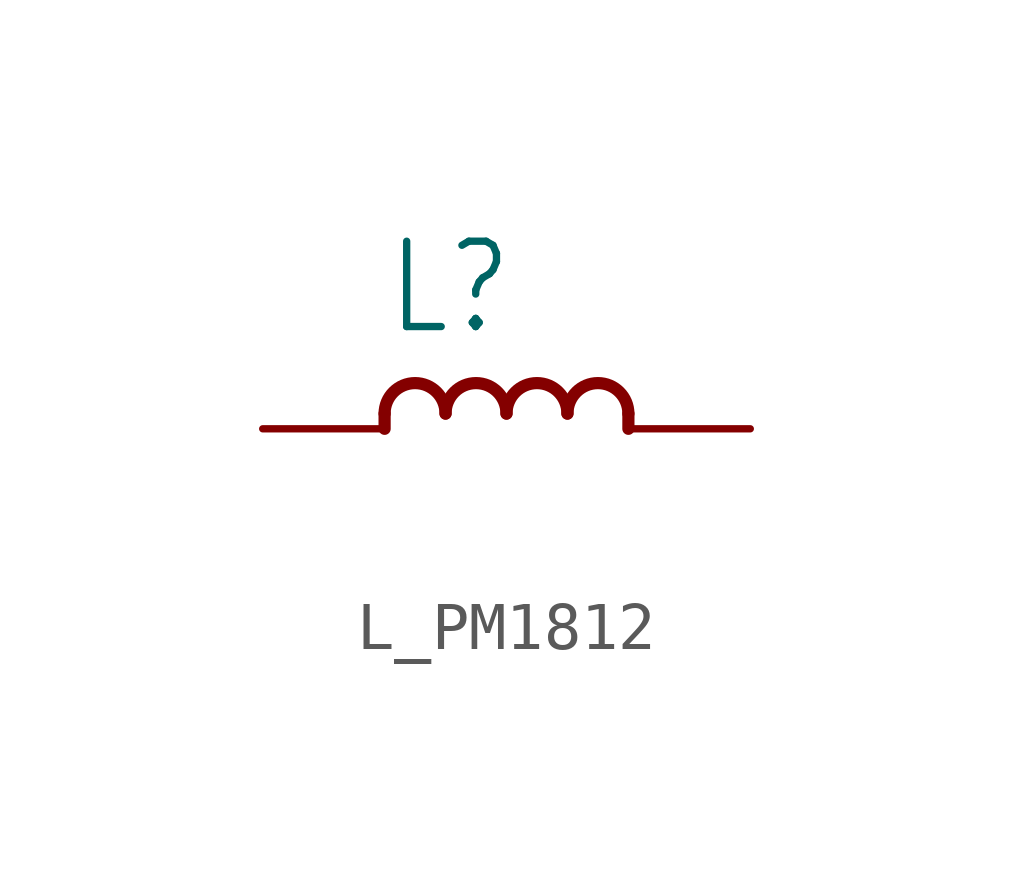
<source format=kicad_sym>
(kicad_symbol_lib
  (version 20220914)
  (generator kicad_symbol_editor)
  (symbol "L_PM1812"
    (property "Reference" "L"
      (at -2.54 1.905 0)
      (effects (font (size 1.778 1.511)) (justify left bottom)))
    (property "Value" ""
      (at -2.54 -2.54 0)
      (effects (font (size 1.778 1.511)) (justify left bottom)))
    (property "ki_locked" ""
      (at 0 0 0)
      (effects (font (size 1.27 1.27))))
    (symbol "L_PM1812_1_0"
      (arc (start -1.27 0.3173) (mid -1.9049 0.9497) (end -2.54 0.3175) (stroke (width 0.254) (type solid)) (fill (type none)))
      (polyline (pts (xy -2.54 0.318) (xy -2.54 0)) (stroke (width 0.254) (type solid)) (fill (type none)))
      (polyline (pts (xy 2.54 0.318) (xy 2.54 0)) (stroke (width 0.254) (type solid)) (fill (type none)))
      (arc (start 0 0.3173) (mid -0.6349 0.9497) (end -1.27 0.3175) (stroke (width 0.254) (type solid)) (fill (type none)))
      (arc (start 1.27 0.3173) (mid 0.6351 0.9497) (end 0 0.3175) (stroke (width 0.254) (type solid)) (fill (type none)))
      (arc (start 2.54 0.3173) (mid 1.9051 0.9497) (end 1.27 0.3175) (stroke (width 0.254) (type solid)) (fill (type none)))
      (pin passive line (at 5.08 0 180) (length 2.54) (name "1" (effects (font (size 0 0)))) (number "1" (effects (font (size 0 0)))))
      (pin passive line (at -5.08 0 0) (length 2.54) (name "2" (effects (font (size 0 0)))) (number "2" (effects (font (size 0 0))))))))
</source>
